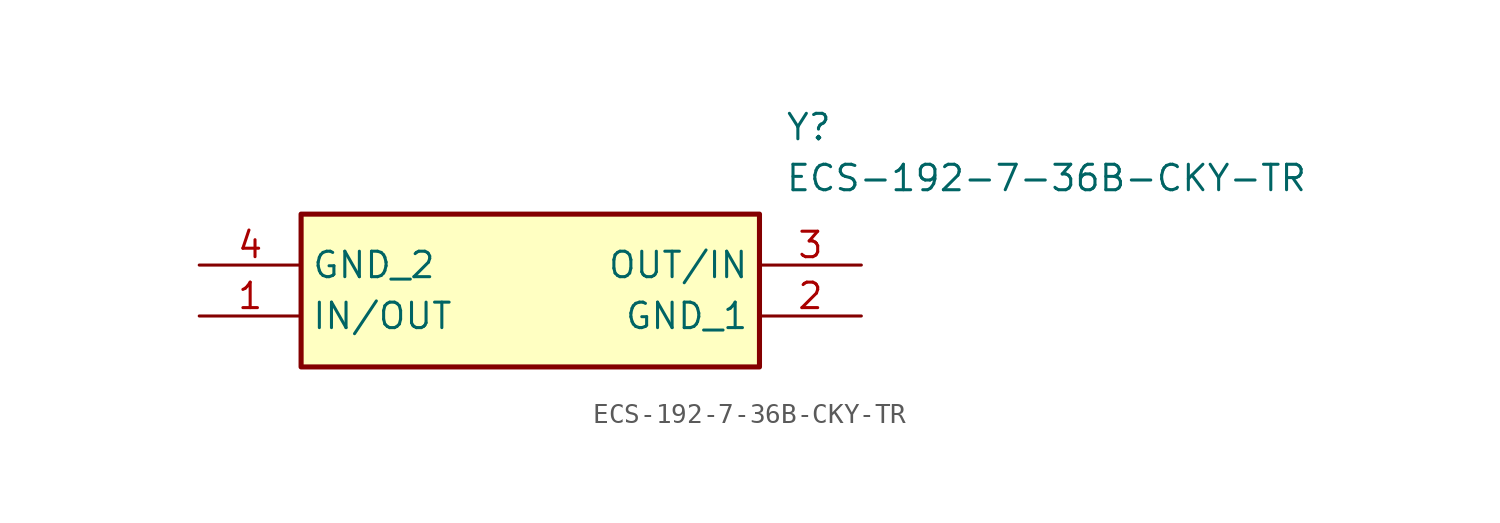
<source format=kicad_sym>
(kicad_symbol_lib
  (version 20220914)
  (generator kicad_symbol_editor)
  (symbol "ECS-192-7-36B-CKY-TR"
    (property "Reference" "Y"
      (at 29.21 7.62 0)
      (effects (font (size 1.27 1.27)) (justify left top)))
    (property "Value" "ECS-192-7-36B-CKY-TR"
      (at 29.21 5.08 0)
      (effects (font (size 1.27 1.27)) (justify left top)))
    (symbol "ECS-192-7-36B-CKY-TR_1_1"
      (rectangle (start 5.08 2.54) (end 27.94 -5.08) (stroke (width 0.254) (type default)) (fill (type background)))
      (pin passive line (at 0 -2.54 0) (length 5.08) (name "IN/OUT" (effects (font (size 1.27 1.27)))) (number "1" (effects (font (size 1.27 1.27)))))
      (pin passive line (at 33.02 -2.54 180) (length 5.08) (name "GND_1" (effects (font (size 1.27 1.27)))) (number "2" (effects (font (size 1.27 1.27)))))
      (pin passive line (at 33.02 0 180) (length 5.08) (name "OUT/IN" (effects (font (size 1.27 1.27)))) (number "3" (effects (font (size 1.27 1.27)))))
      (pin passive line (at 0 0 0) (length 5.08) (name "GND_2" (effects (font (size 1.27 1.27)))) (number "4" (effects (font (size 1.27 1.27))))))))
</source>
